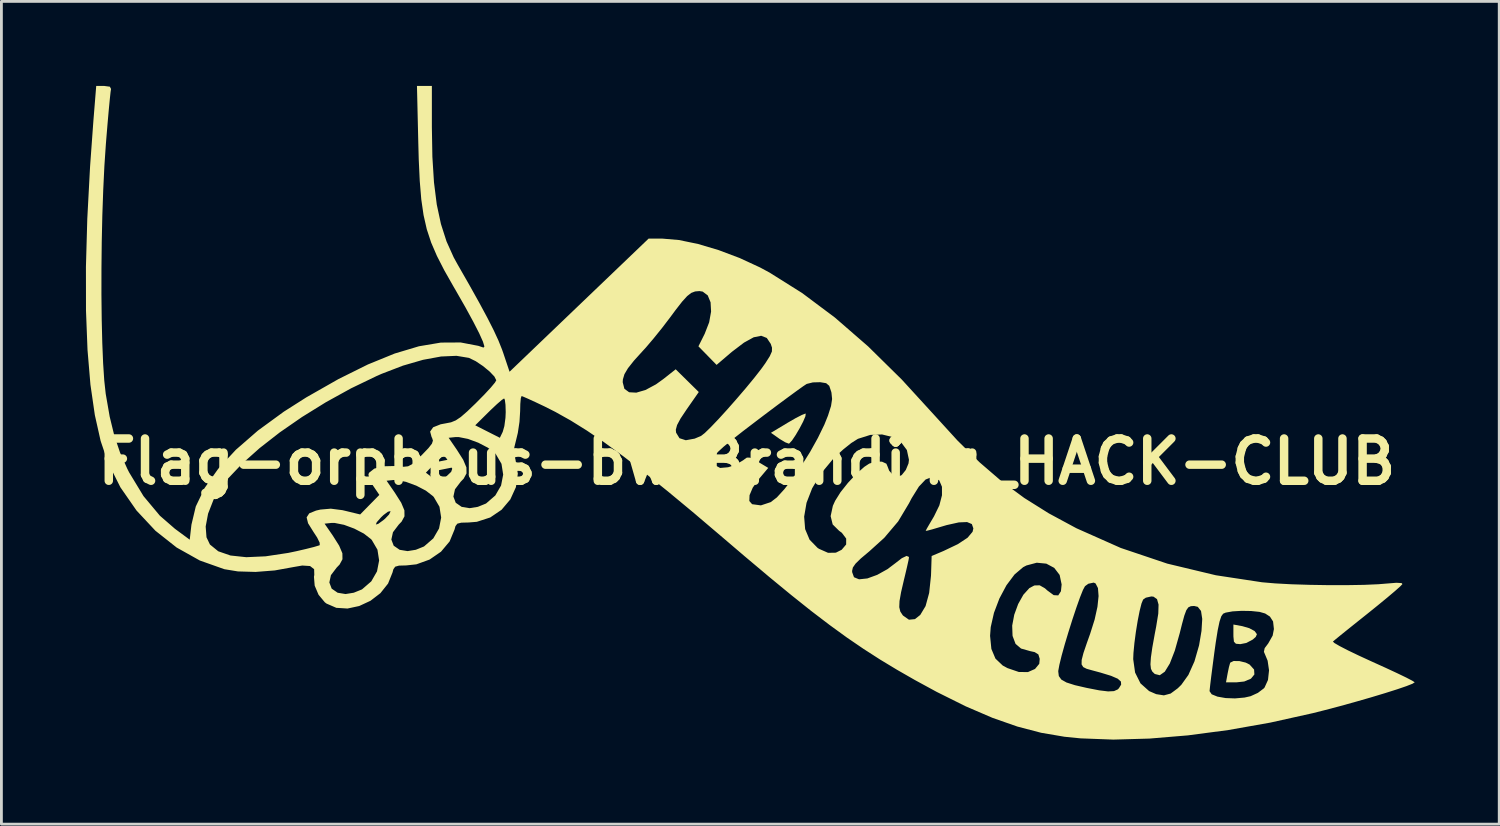
<source format=kicad_pcb>
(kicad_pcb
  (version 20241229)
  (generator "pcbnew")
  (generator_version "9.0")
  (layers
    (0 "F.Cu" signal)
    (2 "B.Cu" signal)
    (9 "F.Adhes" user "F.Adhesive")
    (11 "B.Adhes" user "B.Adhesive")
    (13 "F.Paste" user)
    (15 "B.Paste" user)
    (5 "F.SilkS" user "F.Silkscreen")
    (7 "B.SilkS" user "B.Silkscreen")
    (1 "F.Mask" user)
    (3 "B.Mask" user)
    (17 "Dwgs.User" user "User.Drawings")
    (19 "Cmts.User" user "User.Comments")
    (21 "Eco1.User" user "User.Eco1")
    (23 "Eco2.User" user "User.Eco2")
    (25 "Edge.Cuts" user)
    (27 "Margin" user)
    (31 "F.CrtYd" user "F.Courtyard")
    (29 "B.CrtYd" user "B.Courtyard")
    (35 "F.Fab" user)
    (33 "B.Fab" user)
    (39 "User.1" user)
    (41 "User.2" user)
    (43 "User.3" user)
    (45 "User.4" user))
  (footprint "Flag-orpheus-bw_Branding_HACK-CLUB"
    (layer "F.Cu")
    (at 23.454 13.335)
    (property "Reference" "Flag-orpheus-bw_Branding_HACK-CLUB" (at 0 0 0) (layer "F.SilkS") (effects (font (size 1.5 1.5) (thickness 0.3))))
    (attr board_only exclude_from_pos_files exclude_from_bom)
    (fp_poly (pts (xy 17.484 7.078) (xy 17.708 7.132) (xy 17.846 7.201) (xy 18.006 7.378) (xy 18.017 7.553) (xy 17.894 7.703) (xy 17.656 7.803) (xy 17.389 7.832) (xy 17.01 7.832) (xy 17.068 7.514) (xy 17.114 7.292) (xy 17.155 7.147) (xy 17.161 7.133) (xy 17.279 7.076)) (stroke (width 0) (type solid)) (fill yes) (layer "F.SilkS"))
    (fp_poly (pts (xy 17.589 5.839) (xy 17.834 5.91) (xy 18.017 6.008) (xy 18.034 6.023) (xy 18.107 6.125) (xy 18.065 6.22) (xy 17.961 6.313) (xy 17.731 6.435) (xy 17.517 6.477) (xy 17.361 6.463) (xy 17.291 6.39) (xy 17.273 6.21) (xy 17.272 6.129) (xy 17.272 5.781)) (stroke (width 0) (type solid)) (fill yes) (layer "F.SilkS"))
    (fp_poly (pts (xy 2.093 -1.703) (xy 2.081 -1.609) (xy 2.001 -1.421) (xy 1.877 -1.185) (xy 1.737 -0.946) (xy 1.606 -0.751) (xy 1.51 -0.646) (xy 1.491 -0.639) (xy 1.366 -0.687) (xy 1.174 -0.802) (xy 1.128 -0.834) (xy 0.859 -1.024) (xy 1.456 -1.383) (xy 1.735 -1.544) (xy 1.955 -1.657) (xy 2.079 -1.705)) (stroke (width 0) (type solid)) (fill yes) (layer "F.SilkS"))
    (fp_poly (pts (xy -22.605 -13.308) (xy -22.563 -13.229) (xy -22.58 -13.117) (xy -22.607 -12.862) (xy -22.643 -12.489) (xy -22.684 -12.026) (xy -22.728 -11.498) (xy -22.747 -11.261) (xy -22.799 -10.495) (xy -22.84 -9.647) (xy -22.872 -8.741) (xy -22.893 -7.802) (xy -22.903 -6.856) (xy -22.904 -5.927) (xy -22.894 -5.04) (xy -22.874 -4.221) (xy -22.844 -3.494) (xy -22.804 -2.884) (xy -22.753 -2.417) (xy -22.749 -2.391) (xy -22.611 -1.597) (xy -22.447 -0.925) (xy -22.244 -0.324) (xy -21.986 0.253) (xy -21.921 0.381) (xy -21.411 1.223) (xy -20.829 1.919) (xy -20.296 2.382) (xy -19.77 2.77) (xy -19.717 2.302) (xy -19.204 2.302) (xy -19.175 2.685) (xy -19.053 2.941) (xy -18.758 3.181) (xy -18.325 3.331) (xy -17.763 3.391) (xy -17.077 3.36) (xy -16.274 3.239) (xy -15.978 3.177) (xy -15.638 3.098) (xy -15.36 3.028) (xy -15.187 2.976) (xy -15.155 2.963) (xy -15.159 2.875) (xy -15.247 2.695) (xy -15.384 2.485) (xy -15.561 2.201) (xy -14.984 2.201) (xy -14.692 2.625) (xy -14.466 2.983) (xy -14.352 3.252) (xy -14.349 3.464) (xy -14.451 3.652) (xy -14.554 3.759) (xy -14.759 4.029) (xy -14.815 4.288) (xy -14.732 4.507) (xy -14.52 4.653) (xy -14.239 4.699) (xy -13.948 4.652) (xy -13.666 4.538) (xy -13.652 4.53) (xy -13.326 4.248) (xy -13.123 3.895) (xy -13.048 3.508) (xy -13.107 3.125) (xy -13.308 2.781) (xy -13.339 2.748) (xy -13.59 2.553) (xy -13.931 2.376) (xy -14.296 2.241) (xy -14.345 2.232) (xy -13.163 2.232) (xy -13.08 2.208) (xy -12.898 2.076) (xy -12.838 2.025) (xy -12.696 1.876) (xy -12.645 1.772) (xy -12.651 1.757) (xy -12.737 1.778) (xy -12.892 1.894) (xy -12.976 1.973) (xy -13.133 2.151) (xy -13.163 2.232) (xy -14.345 2.232) (xy -14.623 2.176) (xy -14.746 2.176) (xy -14.984 2.201) (xy -15.561 2.201) (xy -15.57 2.187) (xy -15.621 1.978) (xy -15.529 1.835) (xy -15.288 1.737) (xy -15.132 1.701) (xy -14.763 1.669) (xy -14.351 1.722) (xy -14.232 1.75) (xy -13.721 1.874) (xy -13.381 1.527) (xy -13.04 1.18) (xy -13.263 0.852) (xy -13.364 0.677) (xy -12.783 0.677) (xy -12.491 1.101) (xy -12.264 1.459) (xy -12.151 1.728) (xy -12.148 1.94) (xy -12.25 2.128) (xy -12.352 2.235) (xy -12.557 2.505) (xy -12.614 2.764) (xy -12.531 2.983) (xy -12.319 3.129) (xy -12.038 3.175) (xy -11.746 3.128) (xy -11.464 3.014) (xy -11.45 3.006) (xy -11.125 2.724) (xy -10.921 2.371) (xy -10.846 1.984) (xy -10.906 1.601) (xy -11.107 1.257) (xy -11.137 1.224) (xy -11.389 1.029) (xy -11.729 0.852) (xy -12.095 0.717) (xy -12.421 0.652) (xy -12.544 0.652) (xy -12.783 0.677) (xy -13.364 0.677) (xy -13.402 0.611) (xy -13.427 0.449) (xy -13.404 0.393) (xy -13.401 0.391) (xy -11.388 0.391) (xy -11.176 0.553) (xy -11.013 0.672) (xy -10.904 0.697) (xy -10.78 0.625) (xy -10.642 0.505) (xy -10.491 0.361) (xy -10.453 0.254) (xy -10.515 0.11) (xy -10.554 0.042) (xy -10.667 -0.127) (xy -10.748 -0.21) (xy -10.754 -0.212) (xy -10.837 -0.156) (xy -10.993 -0.014) (xy -11.096 0.089) (xy -11.388 0.391) (xy -13.401 0.391) (xy -13.219 0.247) (xy -12.907 0.165) (xy -12.502 0.155) (xy -12.4 0.164) (xy -12.178 0.182) (xy -12.02 0.165) (xy -11.877 0.09) (xy -11.701 -0.068) (xy -11.524 -0.244) (xy -11.297 -0.481) (xy -11.175 -0.637) (xy -11.138 -0.747) (xy -11.169 -0.845) (xy -11.17 -0.847) (xy -10.581 -0.847) (xy -10.29 -0.423) (xy -10.063 -0.065) (xy -9.95 0.204) (xy -9.946 0.416) (xy -10.048 0.604) (xy -10.151 0.711) (xy -10.356 0.981) (xy -10.412 1.24) (xy -10.329 1.459) (xy -10.118 1.605) (xy -9.836 1.651) (xy -9.545 1.604) (xy -9.263 1.49) (xy -9.249 1.482) (xy -8.924 1.2) (xy -8.72 0.847) (xy -8.645 0.46) (xy -8.705 0.077) (xy -8.906 -0.267) (xy -8.936 -0.3) (xy -9.188 -0.495) (xy -9.528 -0.672) (xy -9.893 -0.807) (xy -10.22 -0.872) (xy -10.343 -0.872) (xy -10.581 -0.847) (xy -11.17 -0.847) (xy -11.185 -0.871) (xy -11.238 -1.067) (xy -11.131 -1.22) (xy -10.954 -1.29) (xy -9.637 -1.29) (xy -9.2 -1.068) (xy -8.763 -0.847) (xy -8.661 -1.058) (xy -8.603 -1.262) (xy -8.564 -1.555) (xy -8.555 -1.757) (xy -8.563 -2.018) (xy -8.586 -2.195) (xy -8.612 -2.244) (xy -8.697 -2.188) (xy -8.868 -2.04) (xy -9.091 -1.83) (xy -9.155 -1.767) (xy -9.637 -1.29) (xy -10.954 -1.29) (xy -10.864 -1.326) (xy -10.682 -1.36) (xy -10.496 -1.396) (xy -10.329 -1.464) (xy -10.149 -1.585) (xy -9.922 -1.782) (xy -9.614 -2.077) (xy -9.589 -2.103) (xy -9.312 -2.383) (xy -9.088 -2.625) (xy -8.939 -2.804) (xy -8.929 -2.82) (xy -4.403 -2.82) (xy -4.343 -2.586) (xy -4.175 -2.463) (xy -3.92 -2.449) (xy -3.596 -2.543) (xy -3.223 -2.743) (xy -2.96 -2.932) (xy -2.522 -3.278) (xy -2.112 -2.874) (xy -1.703 -2.471) (xy -2.132 -1.856) (xy -2.35 -1.53) (xy -2.473 -1.3) (xy -2.518 -1.133) (xy -2.508 -1.029) (xy -2.388 -0.832) (xy -2.164 -0.76) (xy -1.849 -0.817) (xy -1.622 -0.913) (xy -1.492 -1.014) (xy -1.278 -1.222) (xy -1.002 -1.511) (xy -0.688 -1.856) (xy -0.358 -2.231) (xy -0.033 -2.61) (xy 0.262 -2.968) (xy 0.507 -3.281) (xy 0.658 -3.491) (xy 0.818 -3.743) (xy 0.893 -3.911) (xy 0.896 -4.046) (xy 0.851 -4.181) (xy 0.711 -4.39) (xy 0.513 -4.468) (xy 0.246 -4.414) (xy -0.097 -4.225) (xy -0.526 -3.899) (xy -0.613 -3.825) (xy -1.071 -3.434) (xy -1.393 -3.764) (xy -1.715 -4.093) (xy -1.492 -4.54) (xy -1.334 -4.946) (xy -1.266 -5.327) (xy -1.284 -5.655) (xy -1.385 -5.901) (xy -1.565 -6.036) (xy -1.68 -6.054) (xy -1.833 -6.041) (xy -1.97 -5.989) (xy -2.115 -5.876) (xy -2.293 -5.68) (xy -2.527 -5.38) (xy -2.718 -5.122) (xy -2.998 -4.755) (xy -3.301 -4.379) (xy -3.577 -4.054) (xy -3.684 -3.937) (xy -4.004 -3.584) (xy -4.217 -3.315) (xy -4.342 -3.103) (xy -4.396 -2.919) (xy -4.403 -2.82) (xy -8.929 -2.82) (xy -8.89 -2.888) (xy -8.957 -3.021) (xy -9.129 -3.201) (xy -9.364 -3.394) (xy -9.618 -3.565) (xy -9.85 -3.678) (xy -9.866 -3.684) (xy -10.302 -3.756) (xy -10.85 -3.732) (xy -11.491 -3.614) (xy -12.201 -3.408) (xy -12.959 -3.117) (xy -13.132 -3.041) (xy -14.044 -2.602) (xy -14.934 -2.111) (xy -15.784 -1.585) (xy -16.576 -1.037) (xy -17.29 -0.48) (xy -17.909 0.072) (xy -18.414 0.603) (xy -18.787 1.102) (xy -18.923 1.344) (xy -19.119 1.847) (xy -19.204 2.302) (xy -19.717 2.302) (xy -19.709 2.236) (xy -19.555 1.59) (xy -19.237 0.928) (xy -18.76 0.255) (xy -18.131 -0.423) (xy -17.352 -1.101) (xy -16.43 -1.774) (xy -15.633 -2.281) (xy -14.491 -2.931) (xy -13.447 -3.449) (xy -12.497 -3.837) (xy -11.635 -4.095) (xy -10.856 -4.226) (xy -10.154 -4.23) (xy -9.525 -4.11) (xy -9.343 -4.048) (xy -9.311 -4.088) (xy -9.364 -4.261) (xy -9.497 -4.557) (xy -9.705 -4.964) (xy -9.982 -5.472) (xy -10.324 -6.07) (xy -10.413 -6.223) (xy -10.736 -6.792) (xy -10.996 -7.3) (xy -11.201 -7.775) (xy -11.357 -8.249) (xy -11.471 -8.751) (xy -11.552 -9.311) (xy -11.606 -9.961) (xy -11.642 -10.729) (xy -11.658 -11.324) (xy -11.705 -13.335) (xy -11.441 -13.335) (xy -11.176 -13.335) (xy -11.176 -11.872) (xy -11.158 -10.821) (xy -11.101 -9.913) (xy -11.002 -9.125) (xy -10.854 -8.434) (xy -10.656 -7.817) (xy -10.401 -7.25) (xy -10.27 -7.012) (xy -9.837 -6.255) (xy -9.485 -5.624) (xy -9.203 -5.1) (xy -8.982 -4.664) (xy -8.813 -4.298) (xy -8.687 -3.983) (xy -8.641 -3.853) (xy -8.419 -3.191) (xy -5.951 -5.554) (xy -3.484 -7.916) (xy -2.991 -7.916) (xy -2.407 -7.866) (xy -1.729 -7.726) (xy -0.997 -7.508) (xy -0.249 -7.226) (xy 0.473 -6.892) (xy 0.807 -6.712) (xy 1.965 -5.985) (xy 3.129 -5.114) (xy 4.307 -4.091) (xy 5.503 -2.913) (xy 6.657 -1.651) (xy 7.48 -0.749) (xy 8.265 0.025) (xy 9.045 0.696) (xy 9.851 1.29) (xy 10.717 1.833) (xy 11.675 2.35) (xy 11.71 2.368) (xy 13.274 3.063) (xy 14.925 3.619) (xy 16.649 4.032) (xy 18.288 4.281) (xy 18.752 4.321) (xy 19.327 4.352) (xy 19.971 4.372) (xy 20.643 4.383) (xy 21.302 4.383) (xy 21.907 4.373) (xy 22.416 4.351) (xy 22.721 4.326) (xy 23.059 4.299) (xy 23.241 4.31) (xy 23.272 4.345) (xy 23.198 4.423) (xy 23.014 4.587) (xy 22.74 4.819) (xy 22.398 5.1) (xy 22.056 5.376) (xy 21.67 5.684) (xy 21.329 5.957) (xy 21.056 6.177) (xy 20.873 6.327) (xy 20.804 6.385) (xy 20.857 6.437) (xy 21.042 6.545) (xy 21.338 6.698) (xy 21.723 6.883) (xy 22.173 7.09) (xy 22.222 7.112) (xy 22.683 7.321) (xy 23.085 7.508) (xy 23.406 7.663) (xy 23.621 7.775) (xy 23.706 7.83) (xy 23.707 7.832) (xy 23.629 7.882) (xy 23.411 7.968) (xy 23.077 8.082) (xy 22.651 8.217) (xy 22.157 8.366) (xy 21.618 8.521) (xy 21.06 8.676) (xy 20.505 8.822) (xy 20.089 8.927) (xy 18.581 9.262) (xy 17.097 9.525) (xy 15.659 9.715) (xy 14.29 9.829) (xy 13.012 9.865) (xy 11.847 9.821) (xy 11.278 9.764) (xy 10.449 9.623) (xy 9.604 9.402) (xy 8.719 9.092) (xy 7.773 8.685) (xy 6.744 8.173) (xy 5.972 7.753) (xy 5.335 7.388) (xy 4.731 7.023) (xy 4.142 6.644) (xy 3.55 6.24) (xy 3.472 6.183) (xy 8.636 6.183) (xy 8.682 6.647) (xy 8.827 6.991) (xy 9.086 7.237) (xy 9.255 7.328) (xy 9.656 7.465) (xy 9.979 7.469) (xy 10.026 7.448) (xy 11.056 7.448) (xy 11.076 7.61) (xy 11.165 7.735) (xy 11.348 7.838) (xy 11.649 7.934) (xy 12.065 8.03) (xy 12.512 8.117) (xy 12.825 8.155) (xy 13.034 8.144) (xy 13.166 8.085) (xy 13.207 8.044) (xy 13.288 7.914) (xy 13.28 7.805) (xy 13.167 7.704) (xy 12.931 7.602) (xy 12.556 7.487) (xy 12.248 7.404) (xy 12.063 7.352) (xy 11.942 7.291) (xy 11.884 7.195) (xy 11.887 7.038) (xy 11.894 7.01) (xy 13.716 7.01) (xy 13.783 7.486) (xy 13.975 7.87) (xy 14.281 8.143) (xy 14.532 8.252) (xy 14.805 8.295) (xy 15.044 8.231) (xy 15.159 8.147) (xy 16.426 8.147) (xy 16.502 8.257) (xy 16.706 8.34) (xy 16.995 8.391) (xy 17.329 8.403) (xy 17.667 8.373) (xy 17.882 8.325) (xy 18.141 8.207) (xy 18.352 8.047) (xy 18.378 8.017) (xy 18.5 7.748) (xy 18.537 7.406) (xy 18.487 7.064) (xy 18.42 6.903) (xy 18.355 6.749) (xy 18.382 6.62) (xy 18.508 6.452) (xy 18.666 6.173) (xy 18.71 5.941) (xy 18.68 5.672) (xy 18.569 5.499) (xy 18.399 5.389) (xy 18.199 5.332) (xy 17.901 5.301) (xy 17.563 5.295) (xy 17.243 5.314) (xy 16.998 5.358) (xy 16.908 5.397) (xy 16.842 5.489) (xy 16.78 5.676) (xy 16.716 5.978) (xy 16.646 6.415) (xy 16.596 6.773) (xy 16.537 7.224) (xy 16.486 7.618) (xy 16.449 7.924) (xy 16.429 8.11) (xy 16.426 8.147) (xy 15.159 8.147) (xy 15.297 8.044) (xy 15.424 7.92) (xy 15.675 7.569) (xy 15.89 7.089) (xy 16.054 6.519) (xy 16.14 6.008) (xy 16.166 5.582) (xy 16.123 5.3) (xy 16.008 5.153) (xy 15.878 5.122) (xy 15.761 5.13) (xy 15.673 5.171) (xy 15.601 5.273) (xy 15.53 5.465) (xy 15.446 5.773) (xy 15.367 6.089) (xy 15.192 6.709) (xy 15.015 7.165) (xy 14.837 7.455) (xy 14.659 7.58) (xy 14.482 7.536) (xy 14.394 7.451) (xy 14.346 7.353) (xy 14.328 7.194) (xy 14.344 6.95) (xy 14.394 6.598) (xy 14.481 6.116) (xy 14.531 5.855) (xy 14.606 5.394) (xy 14.616 5.074) (xy 14.561 4.879) (xy 14.436 4.792) (xy 14.36 4.784) (xy 14.164 4.828) (xy 14.068 4.895) (xy 14.011 5.033) (xy 13.944 5.298) (xy 13.875 5.648) (xy 13.811 6.041) (xy 13.759 6.435) (xy 13.725 6.79) (xy 13.716 7.01) (xy 11.894 7.01) (xy 11.95 6.792) (xy 12.073 6.431) (xy 12.189 6.106) (xy 12.347 5.605) (xy 12.447 5.152) (xy 12.487 4.771) (xy 12.465 4.487) (xy 12.381 4.323) (xy 12.314 4.293) (xy 12.124 4.333) (xy 12.005 4.42) (xy 11.932 4.555) (xy 11.827 4.819) (xy 11.699 5.179) (xy 11.559 5.599) (xy 11.418 6.047) (xy 11.286 6.487) (xy 11.175 6.886) (xy 11.096 7.209) (xy 11.057 7.422) (xy 11.056 7.448) (xy 10.026 7.448) (xy 10.231 7.358) (xy 10.382 7.175) (xy 10.398 6.999) (xy 10.35 6.842) (xy 10.219 6.76) (xy 10.059 6.725) (xy 9.735 6.633) (xy 9.54 6.467) (xy 9.437 6.193) (xy 9.433 6.171) (xy 9.421 5.819) (xy 9.494 5.432) (xy 9.633 5.053) (xy 9.818 4.723) (xy 10.032 4.487) (xy 10.208 4.394) (xy 10.397 4.389) (xy 10.585 4.497) (xy 10.668 4.572) (xy 10.894 4.738) (xy 11.055 4.747) (xy 11.151 4.6) (xy 11.176 4.359) (xy 11.105 4.021) (xy 10.913 3.77) (xy 10.632 3.62) (xy 10.293 3.587) (xy 9.929 3.684) (xy 9.809 3.746) (xy 9.505 4.004) (xy 9.217 4.388) (xy 8.967 4.857) (xy 8.774 5.366) (xy 8.659 5.873) (xy 8.636 6.183) (xy 3.472 6.183) (xy 2.938 5.795) (xy 2.287 5.299) (xy 1.581 4.736) (xy 0.8 4.094) (xy 0.544 3.878) (xy 3.739 3.878) (xy 3.742 3.925) (xy 3.806 4.102) (xy 3.974 4.172) (xy 3.997 4.175) (xy 4.281 4.145) (xy 4.63 4.018) (xy 4.993 3.816) (xy 5.265 3.611) (xy 5.504 3.426) (xy 5.673 3.346) (xy 5.753 3.38) (xy 5.757 3.408) (xy 5.738 3.514) (xy 5.687 3.742) (xy 5.614 4.052) (xy 5.58 4.191) (xy 5.477 4.634) (xy 5.422 4.947) (xy 5.413 5.165) (xy 5.45 5.32) (xy 5.532 5.445) (xy 5.548 5.464) (xy 5.757 5.61) (xy 5.97 5.589) (xy 6.158 5.44) (xy 6.347 5.126) (xy 6.474 4.66) (xy 6.539 4.049) (xy 6.543 3.943) (xy 6.562 3.349) (xy 6.985 3.17) (xy 7.494 2.927) (xy 7.836 2.701) (xy 8.015 2.489) (xy 8.043 2.369) (xy 7.989 2.215) (xy 7.82 2.144) (xy 7.526 2.156) (xy 7.099 2.251) (xy 6.837 2.328) (xy 6.581 2.404) (xy 6.405 2.45) (xy 6.35 2.457) (xy 6.39 2.378) (xy 6.496 2.195) (xy 6.644 1.945) (xy 6.646 1.941) (xy 6.836 1.552) (xy 6.929 1.193) (xy 6.928 0.891) (xy 6.834 0.67) (xy 6.649 0.559) (xy 6.563 0.55) (xy 6.348 0.634) (xy 6.11 0.884) (xy 5.852 1.298) (xy 5.756 1.482) (xy 5.373 2.122) (xy 4.88 2.704) (xy 4.348 3.185) (xy 4.047 3.438) (xy 3.861 3.62) (xy 3.766 3.757) (xy 3.739 3.878) (xy 0.544 3.878) (xy -0.072 3.36) (xy -0.84 2.704) (xy -1.725 1.952) (xy 2.037 1.952) (xy 2.072 2.394) (xy 2.23 2.77) (xy 2.513 3.06) (xy 2.565 3.094) (xy 2.886 3.236) (xy 3.162 3.231) (xy 3.368 3.128) (xy 3.528 2.94) (xy 3.529 2.73) (xy 3.375 2.525) (xy 3.278 2.454) (xy 3.05 2.229) (xy 2.977 1.934) (xy 3.056 1.568) (xy 3.136 1.391) (xy 3.327 1.086) (xy 3.593 0.751) (xy 3.889 0.435) (xy 4.173 0.184) (xy 4.346 0.07) (xy 4.578 -0.003) (xy 4.799 0.000274) (xy 4.955 0.072) (xy 4.995 0.165) (xy 5.054 0.319) (xy 5.187 0.472) (xy 5.328 0.549) (xy 5.34 0.55) (xy 5.499 0.477) (xy 5.645 0.295) (xy 5.741 0.063) (xy 5.757 -0.066) (xy 5.683 -0.412) (xy 5.48 -0.685) (xy 5.177 -0.873) (xy 4.803 -0.965) (xy 4.386 -0.949) (xy 3.955 -0.813) (xy 3.933 -0.802) (xy 3.708 -0.66) (xy 3.423 -0.432) (xy 3.131 -0.163) (xy 3.057 -0.087) (xy 2.634 0.423) (xy 2.321 0.946) (xy 2.121 1.462) (xy 2.037 1.952) (xy -1.725 1.952) (xy -1.872 1.826) (xy -2.797 1.058) (xy -3.627 0.391) (xy -4.241 -0.083) (xy -1.185 -0.083) (xy -1.123 0.128) (xy -0.945 0.224) (xy -0.663 0.199) (xy -0.565 0.169) (xy -0.317 0.064) (xy -0.121 -0.053) (xy -0.097 -0.073) (xy 0.004 -0.144) (xy 0.116 -0.142) (xy 0.29 -0.059) (xy 0.406 0.009) (xy 0.763 0.222) (xy 0.424 0.624) (xy 0.212 0.924) (xy 0.099 1.191) (xy 0.091 1.397) (xy 0.19 1.51) (xy 0.502 1.552) (xy 0.85 1.437) (xy 1.068 1.27) (xy 1.336 0.977) (xy 1.635 0.59) (xy 1.946 0.138) (xy 2.25 -0.349) (xy 2.525 -0.843) (xy 2.754 -1.313) (xy 2.884 -1.636) (xy 2.991 -1.974) (xy 3.029 -2.223) (xy 3.007 -2.445) (xy 2.998 -2.482) (xy 2.928 -2.691) (xy 2.818 -2.785) (xy 2.607 -2.82) (xy 2.347 -2.813) (xy 2.133 -2.76) (xy 2.117 -2.752) (xy 2.001 -2.675) (xy 1.772 -2.511) (xy 1.451 -2.276) (xy 1.061 -1.987) (xy 0.622 -1.657) (xy 0.378 -1.472) (xy -0.14 -1.077) (xy -0.534 -0.767) (xy -0.821 -0.53) (xy -1.014 -0.353) (xy -1.129 -0.222) (xy -1.179 -0.125) (xy -1.185 -0.083) (xy -4.241 -0.083) (xy -4.375 -0.186) (xy -5.053 -0.681) (xy -5.674 -1.103) (xy -6.251 -1.462) (xy -6.796 -1.767) (xy -7.168 -1.955) (xy -7.497 -2.111) (xy -7.768 -2.235) (xy -7.945 -2.312) (xy -7.993 -2.328) (xy -8.019 -2.251) (xy -8.037 -2.05) (xy -8.043 -1.793) (xy -8.066 -1.415) (xy -8.125 -1.022) (xy -8.175 -0.814) (xy -8.25 -0.508) (xy -8.257 -0.279) (xy -8.208 -0.07) (xy -8.125 0.426) (xy -8.193 0.905) (xy -8.392 1.341) (xy -8.702 1.708) (xy -9.104 1.981) (xy -9.58 2.135) (xy -9.87 2.159) (xy -10.132 2.166) (xy -10.272 2.201) (xy -10.339 2.289) (xy -10.371 2.408) (xy -10.546 2.832) (xy -10.852 3.196) (xy -11.257 3.475) (xy -11.725 3.644) (xy -12.085 3.683) (xy -12.342 3.69) (xy -12.478 3.728) (xy -12.543 3.822) (xy -12.572 3.932) (xy -12.731 4.327) (xy -13.003 4.668) (xy -13.355 4.938) (xy -13.755 5.124) (xy -14.17 5.213) (xy -14.568 5.188) (xy -14.916 5.037) (xy -14.977 4.99) (xy -15.198 4.724) (xy -15.335 4.401) (xy -15.361 4.086) (xy -15.349 4.02) (xy -15.355 3.817) (xy -15.499 3.705) (xy -15.776 3.687) (xy -16.077 3.739) (xy -16.752 3.861) (xy -17.431 3.914) (xy -18.059 3.896) (xy -18.542 3.817) (xy -19.413 3.508) (xy -20.233 3.049) (xy -20.987 2.453) (xy -21.658 1.735) (xy -22.23 0.912) (xy -22.676 0.022) (xy -22.932 -0.735) (xy -23.138 -1.654) (xy -23.294 -2.732) (xy -23.398 -3.968) (xy -23.452 -5.361) (xy -23.454 -6.911) (xy -23.406 -8.616) (xy -23.307 -10.475) (xy -23.19 -12.086) (xy -23.089 -13.335) (xy -22.808 -13.335)) (stroke (width 0) (type solid)) (fill yes) (layer "F.SilkS")))
  (gr_rect
    (start -3 -3)
    (end 50.161 26.2)
    (stroke (width 0.1) (type default))
    (fill no)
    (layer "Edge.Cuts")))
</source>
